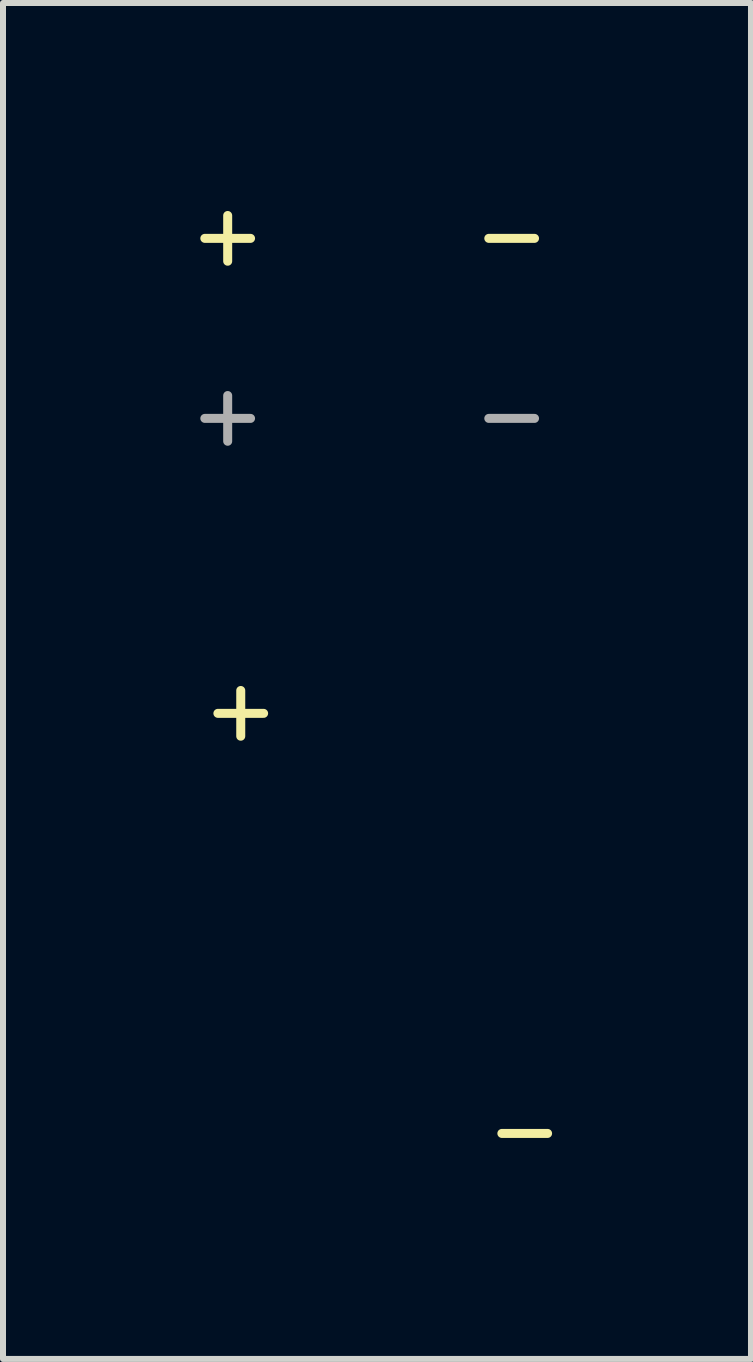
<source format=kicad_pcb>
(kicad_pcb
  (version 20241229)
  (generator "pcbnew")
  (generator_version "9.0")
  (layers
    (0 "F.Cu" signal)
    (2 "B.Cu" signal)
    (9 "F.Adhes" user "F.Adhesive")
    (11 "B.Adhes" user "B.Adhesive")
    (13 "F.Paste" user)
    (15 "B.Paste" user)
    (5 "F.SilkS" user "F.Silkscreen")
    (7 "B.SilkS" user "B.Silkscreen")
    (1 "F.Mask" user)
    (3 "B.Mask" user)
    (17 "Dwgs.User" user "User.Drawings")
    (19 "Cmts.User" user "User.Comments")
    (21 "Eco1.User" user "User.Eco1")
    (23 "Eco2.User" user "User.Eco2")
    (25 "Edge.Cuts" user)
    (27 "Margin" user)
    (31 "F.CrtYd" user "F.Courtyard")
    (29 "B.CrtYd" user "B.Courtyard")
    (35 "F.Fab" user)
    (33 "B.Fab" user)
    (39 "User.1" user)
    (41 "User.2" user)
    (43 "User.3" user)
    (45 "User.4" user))
  (footprint "-"
    (layer "F.Cu")
    (at 5.476 15.848)
    (property "Reference" "-" (at 0 -15 0) (unlocked yes) (layer "F.SilkS") (effects (font (size 1 1) (thickness 0.15))))
    (attr smd)
    (fp_text user "-" (at -0.5 0.5 0) (unlocked yes) (layer "F.SilkS") (effects (font (size 1 1) (thickness 0.15)) (justify left bottom)))
    (fp_text user "${REFERENCE}" (at 0 -12 0) (unlocked yes) (layer "F.Fab") (effects (font (size 1 1) (thickness 0.15)))))
  (footprint "+"
    (layer "F.Cu")
    (at 0.744 8.848)
    (property "Reference" "+" (at 0 -8 0) (unlocked yes) (layer "F.SilkS") (effects (font (size 1 1) (thickness 0.15))))
    (attr smd)
    (fp_text user "+" (at -0.5 0.5 0) (unlocked yes) (layer "F.SilkS") (effects (font (size 1 1) (thickness 0.15)) (justify left bottom)))
    (fp_text user "${REFERENCE}" (at 0 -5 0) (unlocked yes) (layer "F.Fab") (effects (font (size 1 1) (thickness 0.15)))))
  (gr_rect
    (start -3 -3)
    (end 9.464 19.595)
    (stroke (width 0.1) (type default))
    (fill no)
    (layer "Edge.Cuts")))
</source>
